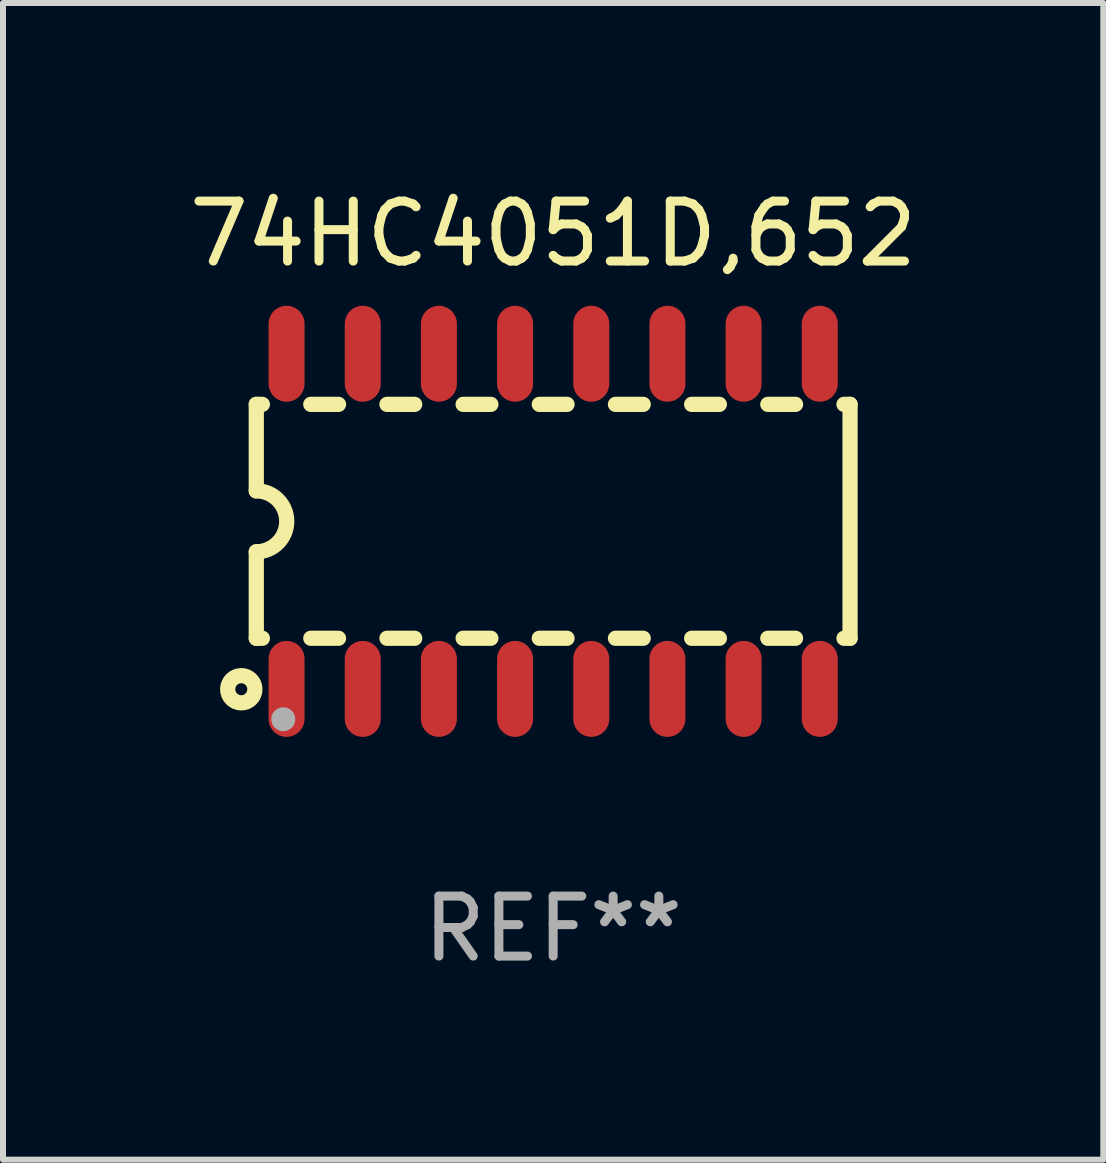
<source format=kicad_pcb>
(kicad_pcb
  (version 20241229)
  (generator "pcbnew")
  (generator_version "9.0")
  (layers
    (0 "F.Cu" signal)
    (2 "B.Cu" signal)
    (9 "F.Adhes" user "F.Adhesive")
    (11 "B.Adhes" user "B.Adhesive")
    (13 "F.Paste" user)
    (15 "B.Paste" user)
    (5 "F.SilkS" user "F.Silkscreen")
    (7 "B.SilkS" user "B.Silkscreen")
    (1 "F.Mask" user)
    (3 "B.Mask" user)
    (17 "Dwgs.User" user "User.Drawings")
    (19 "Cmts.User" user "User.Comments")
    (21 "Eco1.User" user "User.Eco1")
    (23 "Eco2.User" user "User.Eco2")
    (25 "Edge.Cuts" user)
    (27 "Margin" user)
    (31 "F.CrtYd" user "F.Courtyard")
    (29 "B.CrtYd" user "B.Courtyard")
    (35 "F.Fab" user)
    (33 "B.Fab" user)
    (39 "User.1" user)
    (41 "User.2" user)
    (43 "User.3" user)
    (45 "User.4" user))
  (footprint "74HC4051D,652"
    (layer "F.Cu")
    (at 6.173 5.642)
    (property "Reference" "74HC4051D,652" (at 0 -4.794 0) (layer "F.SilkS") (effects (font (size 1 1) (thickness 0.15))))
    (attr through_hole)
    (fp_line (start -4.95 -1.95) (end -4.95 -0.508) (stroke (width 0.254) (type solid)) (layer "F.SilkS"))
    (fp_line (start -4.95 -1.95) (end -4.849 -1.95) (stroke (width 0.254) (type solid)) (layer "F.SilkS"))
    (fp_line (start -4.95 1.95) (end -4.95 0.508) (stroke (width 0.254) (type solid)) (layer "F.SilkS"))
    (fp_line (start -4.95 1.95) (end -4.849 1.95) (stroke (width 0.254) (type solid)) (layer "F.SilkS"))
    (fp_line (start -4.041 -1.95) (end -3.579 -1.95) (stroke (width 0.254) (type solid)) (layer "F.SilkS"))
    (fp_line (start -4.041 1.95) (end -3.579 1.95) (stroke (width 0.254) (type solid)) (layer "F.SilkS"))
    (fp_line (start -2.771 -1.95) (end -2.309 -1.95) (stroke (width 0.254) (type solid)) (layer "F.SilkS"))
    (fp_line (start -2.771 1.95) (end -2.309 1.95) (stroke (width 0.254) (type solid)) (layer "F.SilkS"))
    (fp_line (start -1.501 -1.95) (end -1.039 -1.95) (stroke (width 0.254) (type solid)) (layer "F.SilkS"))
    (fp_line (start -1.501 1.95) (end -1.039 1.95) (stroke (width 0.254) (type solid)) (layer "F.SilkS"))
    (fp_line (start -0.231 -1.95) (end 0.231 -1.95) (stroke (width 0.254) (type solid)) (layer "F.SilkS"))
    (fp_line (start -0.231 1.95) (end 0.231 1.95) (stroke (width 0.254) (type solid)) (layer "F.SilkS"))
    (fp_line (start 1.039 -1.95) (end 1.501 -1.95) (stroke (width 0.254) (type solid)) (layer "F.SilkS"))
    (fp_line (start 1.039 1.95) (end 1.501 1.95) (stroke (width 0.254) (type solid)) (layer "F.SilkS"))
    (fp_line (start 2.309 -1.95) (end 2.771 -1.95) (stroke (width 0.254) (type solid)) (layer "F.SilkS"))
    (fp_line (start 2.309 1.95) (end 2.771 1.95) (stroke (width 0.254) (type solid)) (layer "F.SilkS"))
    (fp_line (start 3.579 -1.95) (end 4.041 -1.95) (stroke (width 0.254) (type solid)) (layer "F.SilkS"))
    (fp_line (start 3.579 1.95) (end 4.041 1.95) (stroke (width 0.254) (type solid)) (layer "F.SilkS"))
    (fp_line (start 4.849 -1.95) (end 4.95 -1.95) (stroke (width 0.254) (type solid)) (layer "F.SilkS"))
    (fp_line (start 4.849 1.95) (end 4.95 1.95) (stroke (width 0.254) (type solid)) (layer "F.SilkS"))
    (fp_line (start 4.95 -1.95) (end 4.95 1.95) (stroke (width 0.254) (type solid)) (layer "F.SilkS"))
    (fp_arc (start -4.95047 -0.508001) (mid -4.442469 -0.000228) (end -4.950013 0.508001) (stroke (width 0.254001) (type solid)) (layer "F.SilkS"))
    (fp_circle (center -5.2 2.8) (end -5.1 2.8) (stroke (width 0.254) (type solid)) (fill no) (layer "F.SilkS"))
    (fp_circle (center -4.95 2.947) (end -4.92 2.947) (stroke (width 0.06) (type solid)) (fill no) (layer "F.SilkS"))
    (fp_circle (center -4.5 3.3) (end -4.4 3.3) (stroke (width 0.2) (type solid)) (fill no) (layer "F.Fab"))
    (fp_text user "REF**" (at 0 6.794 0) (layer "F.Fab") (effects (font (size 1 1) (thickness 0.15))))
    (pad "1" smd oval (at -4.445 2.794) (size 0.6 1.6) (layers "F.Cu" "F.Mask" "F.Paste"))
    (pad "2" smd oval (at -3.175 2.794) (size 0.6 1.6) (layers "F.Cu" "F.Mask" "F.Paste"))
    (pad "3" smd oval (at -1.905 2.794) (size 0.6 1.6) (layers "F.Cu" "F.Mask" "F.Paste"))
    (pad "4" smd oval (at -0.635 2.794) (size 0.6 1.6) (layers "F.Cu" "F.Mask" "F.Paste"))
    (pad "5" smd oval (at 0.635 2.794) (size 0.6 1.6) (layers "F.Cu" "F.Mask" "F.Paste"))
    (pad "6" smd oval (at 1.905 2.794) (size 0.6 1.6) (layers "F.Cu" "F.Mask" "F.Paste"))
    (pad "7" smd oval (at 3.175 2.794) (size 0.6 1.6) (layers "F.Cu" "F.Mask" "F.Paste"))
    (pad "8" smd oval (at 4.445 2.794) (size 0.6 1.6) (layers "F.Cu" "F.Mask" "F.Paste"))
    (pad "9" smd oval (at 4.445 -2.794) (size 0.6 1.6) (layers "F.Cu" "F.Mask" "F.Paste"))
    (pad "10" smd oval (at 3.175 -2.794) (size 0.6 1.6) (layers "F.Cu" "F.Mask" "F.Paste"))
    (pad "11" smd oval (at 1.905 -2.794) (size 0.6 1.6) (layers "F.Cu" "F.Mask" "F.Paste"))
    (pad "12" smd oval (at 0.635 -2.794) (size 0.6 1.6) (layers "F.Cu" "F.Mask" "F.Paste"))
    (pad "13" smd oval (at -0.635 -2.794) (size 0.6 1.6) (layers "F.Cu" "F.Mask" "F.Paste"))
    (pad "14" smd oval (at -1.905 -2.794) (size 0.6 1.6) (layers "F.Cu" "F.Mask" "F.Paste"))
    (pad "15" smd oval (at -3.175 -2.794) (size 0.6 1.6) (layers "F.Cu" "F.Mask" "F.Paste"))
    (pad "16" smd oval (at -4.445 -2.794) (size 0.6 1.6) (layers "F.Cu" "F.Mask" "F.Paste")))
  (gr_rect
    (start -3 -3)
    (end 15.345 16.285)
    (stroke (width 0.1) (type default))
    (fill no)
    (layer "Edge.Cuts")))
</source>
